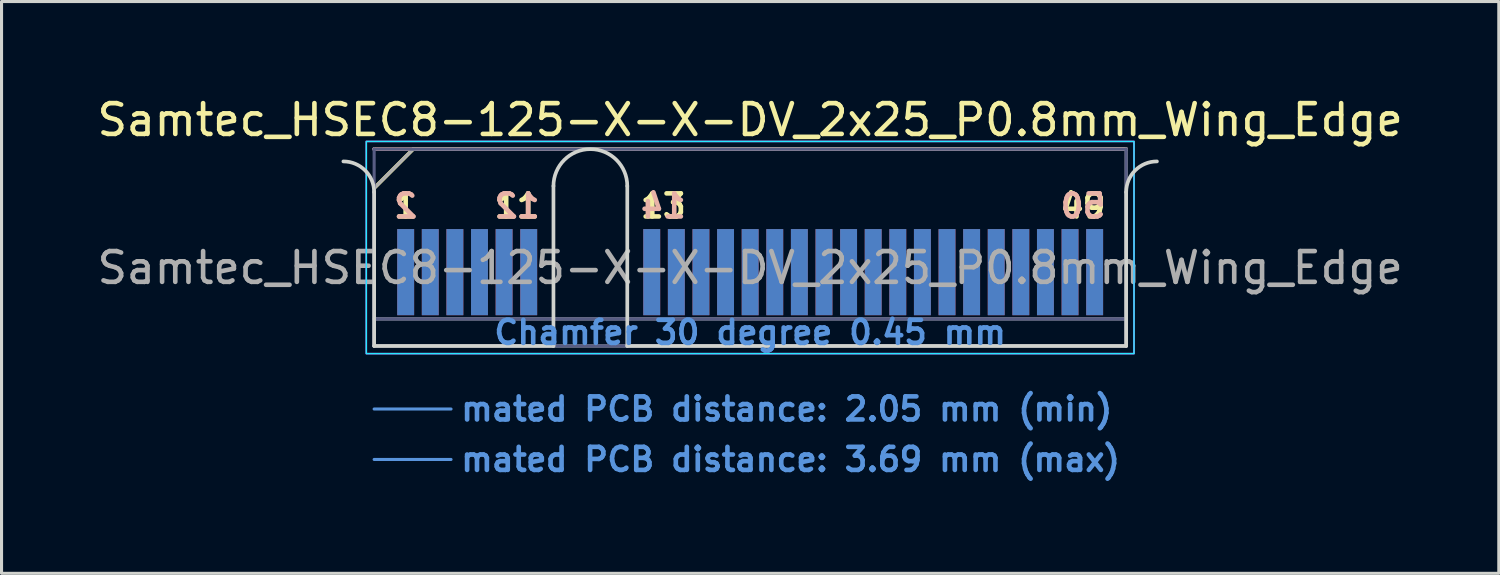
<source format=kicad_pcb>
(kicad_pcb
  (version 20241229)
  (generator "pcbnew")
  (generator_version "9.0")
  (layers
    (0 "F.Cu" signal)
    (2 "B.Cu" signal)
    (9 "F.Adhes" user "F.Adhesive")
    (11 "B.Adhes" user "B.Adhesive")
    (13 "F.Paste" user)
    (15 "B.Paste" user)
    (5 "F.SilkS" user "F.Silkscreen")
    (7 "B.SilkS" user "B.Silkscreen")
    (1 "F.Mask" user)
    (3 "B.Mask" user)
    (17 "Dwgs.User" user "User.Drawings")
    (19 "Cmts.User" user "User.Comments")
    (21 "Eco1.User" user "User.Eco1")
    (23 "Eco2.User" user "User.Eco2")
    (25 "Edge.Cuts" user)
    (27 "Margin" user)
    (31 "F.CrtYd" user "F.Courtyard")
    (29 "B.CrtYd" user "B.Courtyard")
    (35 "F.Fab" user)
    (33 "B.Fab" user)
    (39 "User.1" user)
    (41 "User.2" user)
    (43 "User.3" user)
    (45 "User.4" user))
  (footprint "Samtec_HSEC8-125-X-X-DV_2x25_P0.8mm_Wing_Edge"
    (layer "F.Cu")
    (at 21.339 8.198)
    (property "Reference" "Samtec_HSEC8-125-X-X-DV_2x25_P0.8mm_Wing_Edge" (at 0 -7.35 0) (layer "F.SilkS") (effects (font (size 1 1) (thickness 0.15))))
    (attr exclude_from_pos_files exclude_from_bom)
    (fp_line (start -12.225 -5.13) (end -10.955 -6.4) (stroke (width 0.12) (type solid)) (layer "F.SilkS"))
    (fp_line (start -10.955 -6.4) (end 12.225 -6.4) (stroke (width 0.12) (type solid)) (layer "F.SilkS"))
    (fp_line (start -12.225 -6.4) (end -12.225 -6.4) (stroke (width 0.12) (type solid)) (layer "B.SilkS"))
    (fp_line (start -12.225 -6.4) (end 12.225 -6.4) (stroke (width 0.12) (type solid)) (layer "B.SilkS"))
    (fp_line (start -12.225 2.05) (end -9.725 2.05) (stroke (width 0.1) (type solid)) (layer "Cmts.User"))
    (fp_line (start -12.225 3.69) (end -9.725 3.69) (stroke (width 0.1) (type solid)) (layer "Cmts.User"))
    (fp_line (start -12.225 -5) (end -12.225 0) (stroke (width 0.12) (type solid)) (layer "Edge.Cuts"))
    (fp_line (start -12.225 0) (end -6.395 0) (stroke (width 0.12) (type solid)) (layer "Edge.Cuts"))
    (fp_line (start -6.395 0) (end -6.395 -5.2) (stroke (width 0.12) (type solid)) (layer "Edge.Cuts"))
    (fp_line (start -3.995 -5.2) (end -3.995 0) (stroke (width 0.12) (type solid)) (layer "Edge.Cuts"))
    (fp_line (start -3.995 0) (end 12.225 0) (stroke (width 0.12) (type solid)) (layer "Edge.Cuts"))
    (fp_line (start 12.225 0) (end 12.225 -5) (stroke (width 0.12) (type solid)) (layer "Edge.Cuts"))
    (fp_arc (start -13.225 -6) (mid -12.517893 -5.707107) (end -12.225 -5) (stroke (width 0.12) (type solid)) (layer "Edge.Cuts"))
    (fp_arc (start -6.395 -5.2) (mid -5.195 -6.4) (end -3.995 -5.2) (stroke (width 0.12) (type solid)) (layer "Edge.Cuts"))
    (fp_arc (start 12.225 -5) (mid 12.517893 -5.707107) (end 13.225 -6) (stroke (width 0.12) (type solid)) (layer "Edge.Cuts"))
    (fp_rect (start -12.48 -6.65) (end 12.48 0.25) (stroke (width 0.05) (type solid)) (fill no) (layer "B.CrtYd"))
    (fp_rect (start -12.48 -6.65) (end 12.48 0.25) (stroke (width 0.05) (type solid)) (fill no) (layer "F.CrtYd"))
    (fp_line (start -12.225 -6.4) (end -12.225 -6.4) (stroke (width 0.1) (type solid)) (layer "B.Fab"))
    (fp_line (start -12.225 -6.4) (end -12.225 0) (stroke (width 0.1) (type solid)) (layer "B.Fab"))
    (fp_line (start -12.225 -6.4) (end 12.225 -6.4) (stroke (width 0.1) (type solid)) (layer "B.Fab"))
    (fp_line (start -12.225 -0.88) (end 12.225 -0.88) (stroke (width 0.1) (type solid)) (layer "B.Fab"))
    (fp_line (start -12.225 0) (end 12.225 0) (stroke (width 0.1) (type solid)) (layer "B.Fab"))
    (fp_line (start 12.225 -6.4) (end 12.225 0) (stroke (width 0.1) (type solid)) (layer "B.Fab"))
    (fp_line (start -12.225 -5.13) (end -12.225 0) (stroke (width 0.1) (type solid)) (layer "F.Fab"))
    (fp_line (start -12.225 -5.13) (end -10.955 -6.4) (stroke (width 0.1) (type solid)) (layer "F.Fab"))
    (fp_line (start -12.225 -0.88) (end 12.225 -0.88) (stroke (width 0.1) (type solid)) (layer "F.Fab"))
    (fp_line (start -12.225 0) (end 12.225 0) (stroke (width 0.1) (type solid)) (layer "F.Fab"))
    (fp_line (start -10.955 -6.4) (end 12.225 -6.4) (stroke (width 0.1) (type solid)) (layer "F.Fab"))
    (fp_line (start 12.225 -6.4) (end 12.225 0) (stroke (width 0.1) (type solid)) (layer "F.Fab"))
    (fp_text user "1" (at -11.2 -4.55 0) (layer "F.SilkS") (effects (font (size 0.75 0.75) (thickness 0.15))))
    (fp_text user "11" (at -7.575 -4.55 0) (layer "F.SilkS") (effects (font (size 0.75 0.75) (thickness 0.15))))
    (fp_text user "13" (at -2.825 -4.55 0) (layer "F.SilkS") (effects (font (size 0.75 0.75) (thickness 0.15))))
    (fp_text user "49" (at 10.825 -4.55 0) (layer "F.SilkS") (effects (font (size 0.75 0.75) (thickness 0.15))))
    (fp_text user "50" (at 10.825 -4.55 0) (layer "B.SilkS") (effects (font (size 0.75 0.75) (thickness 0.15)) (justify mirror)))
    (fp_text user "12" (at -7.575 -4.55 0) (layer "B.SilkS") (effects (font (size 0.75 0.75) (thickness 0.15)) (justify mirror)))
    (fp_text user "14" (at -2.825 -4.55 0) (layer "B.SilkS") (effects (font (size 0.75 0.75) (thickness 0.15)) (justify mirror)))
    (fp_text user "2" (at -11.2 -4.55 0) (layer "B.SilkS") (effects (font (size 0.75 0.75) (thickness 0.15)) (justify mirror)))
    (fp_text user "mated PCB distance: 2.05 mm (min)" (at -9.48 2.05 0) (layer "Cmts.User") (effects (font (size 0.75 0.75) (thickness 0.15)) (justify left)))
    (fp_text user "Chamfer 30 degree 0.45 mm" (at 0 -0.44 0) (layer "Cmts.User") (effects (font (size 0.75 0.75) (thickness 0.15))))
    (fp_text user "mated PCB distance: 3.69 mm (max)" (at -9.48 3.69 0) (layer "Cmts.User") (effects (font (size 0.75 0.75) (thickness 0.15)) (justify left)))
    (fp_text user "${REFERENCE}" (at 0 -2.54 0) (layer "F.Fab") (effects (font (size 1 1) (thickness 0.15))))
    (pad "1" connect rect (at -11.2 -2.4) (size 0.55 2.8) (layers "F.Cu" "F.Mask"))
    (pad "2" connect rect (at -11.2 -2.4) (size 0.55 2.8) (layers "B.Cu" "B.Mask"))
    (pad "3" connect rect (at -10.4 -2.4) (size 0.55 2.8) (layers "F.Cu" "F.Mask"))
    (pad "4" connect rect (at -10.4 -2.4) (size 0.55 2.8) (layers "B.Cu" "B.Mask"))
    (pad "5" connect rect (at -9.6 -2.4) (size 0.55 2.8) (layers "F.Cu" "F.Mask"))
    (pad "6" connect rect (at -9.6 -2.4) (size 0.55 2.8) (layers "B.Cu" "B.Mask"))
    (pad "7" connect rect (at -8.8 -2.4) (size 0.55 2.8) (layers "F.Cu" "F.Mask"))
    (pad "8" connect rect (at -8.8 -2.4) (size 0.55 2.8) (layers "B.Cu" "B.Mask"))
    (pad "9" connect rect (at -8 -2.4) (size 0.55 2.8) (layers "F.Cu" "F.Mask"))
    (pad "10" connect rect (at -8 -2.4) (size 0.55 2.8) (layers "B.Cu" "B.Mask"))
    (pad "11" connect rect (at -7.2 -2.4) (size 0.55 2.8) (layers "F.Cu" "F.Mask"))
    (pad "12" connect rect (at -7.2 -2.4) (size 0.55 2.8) (layers "B.Cu" "B.Mask"))
    (pad "13" connect rect (at -3.2 -2.4) (size 0.55 2.8) (layers "F.Cu" "F.Mask"))
    (pad "14" connect rect (at -3.2 -2.4) (size 0.55 2.8) (layers "B.Cu" "B.Mask"))
    (pad "15" connect rect (at -2.4 -2.4) (size 0.55 2.8) (layers "F.Cu" "F.Mask"))
    (pad "16" connect rect (at -2.4 -2.4) (size 0.55 2.8) (layers "B.Cu" "B.Mask"))
    (pad "17" connect rect (at -1.6 -2.4) (size 0.55 2.8) (layers "F.Cu" "F.Mask"))
    (pad "18" connect rect (at -1.6 -2.4) (size 0.55 2.8) (layers "B.Cu" "B.Mask"))
    (pad "19" connect rect (at -0.8 -2.4) (size 0.55 2.8) (layers "F.Cu" "F.Mask"))
    (pad "20" connect rect (at -0.8 -2.4) (size 0.55 2.8) (layers "B.Cu" "B.Mask"))
    (pad "21" connect rect (at 0 -2.4) (size 0.55 2.8) (layers "F.Cu" "F.Mask"))
    (pad "22" connect rect (at 0 -2.4) (size 0.55 2.8) (layers "B.Cu" "B.Mask"))
    (pad "23" connect rect (at 0.8 -2.4) (size 0.55 2.8) (layers "F.Cu" "F.Mask"))
    (pad "24" connect rect (at 0.8 -2.4) (size 0.55 2.8) (layers "B.Cu" "B.Mask"))
    (pad "25" connect rect (at 1.6 -2.4) (size 0.55 2.8) (layers "F.Cu" "F.Mask"))
    (pad "26" connect rect (at 1.6 -2.4) (size 0.55 2.8) (layers "B.Cu" "B.Mask"))
    (pad "27" connect rect (at 2.4 -2.4) (size 0.55 2.8) (layers "F.Cu" "F.Mask"))
    (pad "28" connect rect (at 2.4 -2.4) (size 0.55 2.8) (layers "B.Cu" "B.Mask"))
    (pad "29" connect rect (at 3.2 -2.4) (size 0.55 2.8) (layers "F.Cu" "F.Mask"))
    (pad "30" connect rect (at 3.2 -2.4) (size 0.55 2.8) (layers "B.Cu" "B.Mask"))
    (pad "31" connect rect (at 4 -2.4) (size 0.55 2.8) (layers "F.Cu" "F.Mask"))
    (pad "32" connect rect (at 4 -2.4) (size 0.55 2.8) (layers "B.Cu" "B.Mask"))
    (pad "33" connect rect (at 4.8 -2.4) (size 0.55 2.8) (layers "F.Cu" "F.Mask"))
    (pad "34" connect rect (at 4.8 -2.4) (size 0.55 2.8) (layers "B.Cu" "B.Mask"))
    (pad "35" connect rect (at 5.6 -2.4) (size 0.55 2.8) (layers "F.Cu" "F.Mask"))
    (pad "36" connect rect (at 5.6 -2.4) (size 0.55 2.8) (layers "B.Cu" "B.Mask"))
    (pad "37" connect rect (at 6.4 -2.4) (size 0.55 2.8) (layers "F.Cu" "F.Mask"))
    (pad "38" connect rect (at 6.4 -2.4) (size 0.55 2.8) (layers "B.Cu" "B.Mask"))
    (pad "39" connect rect (at 7.2 -2.4) (size 0.55 2.8) (layers "F.Cu" "F.Mask"))
    (pad "40" connect rect (at 7.2 -2.4) (size 0.55 2.8) (layers "B.Cu" "B.Mask"))
    (pad "41" connect rect (at 8 -2.4) (size 0.55 2.8) (layers "F.Cu" "F.Mask"))
    (pad "42" connect rect (at 8 -2.4) (size 0.55 2.8) (layers "B.Cu" "B.Mask"))
    (pad "43" connect rect (at 8.8 -2.4) (size 0.55 2.8) (layers "F.Cu" "F.Mask"))
    (pad "44" connect rect (at 8.8 -2.4) (size 0.55 2.8) (layers "B.Cu" "B.Mask"))
    (pad "45" connect rect (at 9.6 -2.4) (size 0.55 2.8) (layers "F.Cu" "F.Mask"))
    (pad "46" connect rect (at 9.6 -2.4) (size 0.55 2.8) (layers "B.Cu" "B.Mask"))
    (pad "47" connect rect (at 10.4 -2.4) (size 0.55 2.8) (layers "F.Cu" "F.Mask"))
    (pad "48" connect rect (at 10.4 -2.4) (size 0.55 2.8) (layers "B.Cu" "B.Mask"))
    (pad "49" connect rect (at 11.2 -2.4) (size 0.55 2.8) (layers "F.Cu" "F.Mask"))
    (pad "50" connect rect (at 11.2 -2.4) (size 0.55 2.8) (layers "B.Cu" "B.Mask")))
  (gr_rect
    (start -3 -3)
    (end 45.679 15.59)
    (stroke (width 0.1) (type default))
    (fill no)
    (layer "Edge.Cuts")))
</source>
